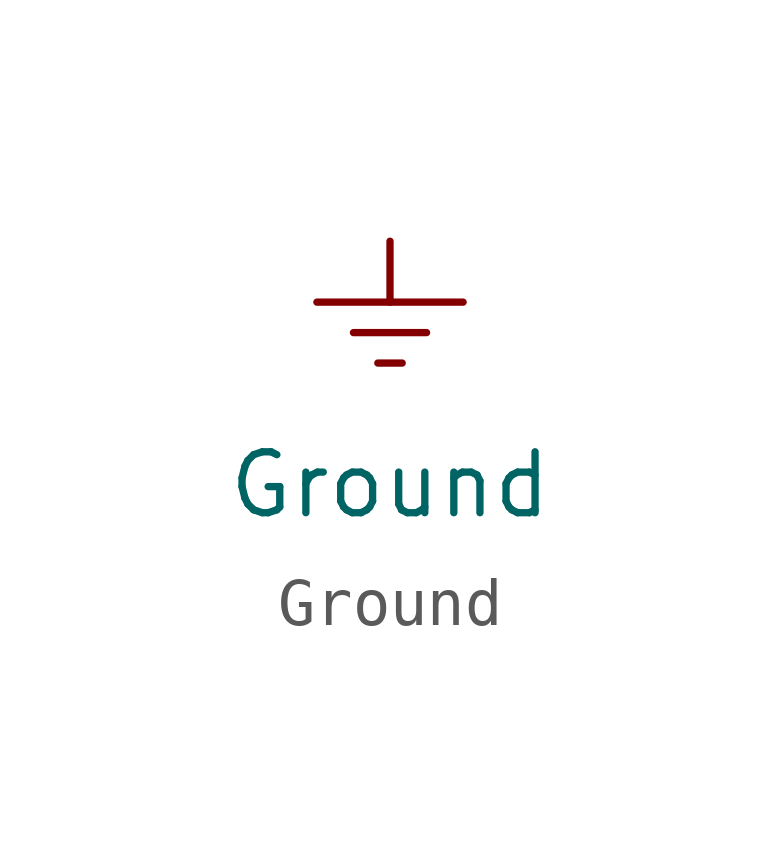
<source format=kicad_sym>
(kicad_symbol_lib
  (version 20211014)
  (generator kicad_symbol_editor)
  (symbol "Ground"
    (power)
    (pin_names
      (offset 0))
    (property "Reference" "#PWR"
      (at 0 -7.62 0)
      (effects (font (size 1.27 1.27)) hide))
    (property "Value" "Ground"
      (at 0 -5.08 0)
      (effects (font (size 1.27 1.27))))
    (property "Footprint" ""
      (at 0 0 0)
      (effects (font (size 1.27 1.27))))
    (property "Datasheet" ""
      (at 0 0 0)
      (effects (font (size 1.27 1.27))))
    (symbol "Ground_0_1"
      (polyline (pts (xy -1.524 -1.27) (xy 1.524 -1.27)) (stroke (width 0) (type default) (color 0 0 0 0)) (fill (type none)))
      (polyline (pts (xy -0.762 -1.905) (xy 0.762 -1.905)) (stroke (width 0) (type default) (color 0 0 0 0)) (fill (type none)))
      (polyline (pts (xy -0.254 -2.54) (xy 0.254 -2.54)) (stroke (width 0) (type default) (color 0 0 0 0)) (fill (type none)))
      (polyline (pts (xy 0 0) (xy 0 -1.27)) (stroke (width 0) (type default) (color 0 0 0 0)) (fill (type none))))
    (symbol "Ground_1_1"
      (pin power_in line (at 0 0 270) (length 0) hide (name "GND" (effects (font (size 1.27 1.27)))) (number "1" (effects (font (size 1.27 1.27))))))))
</source>
